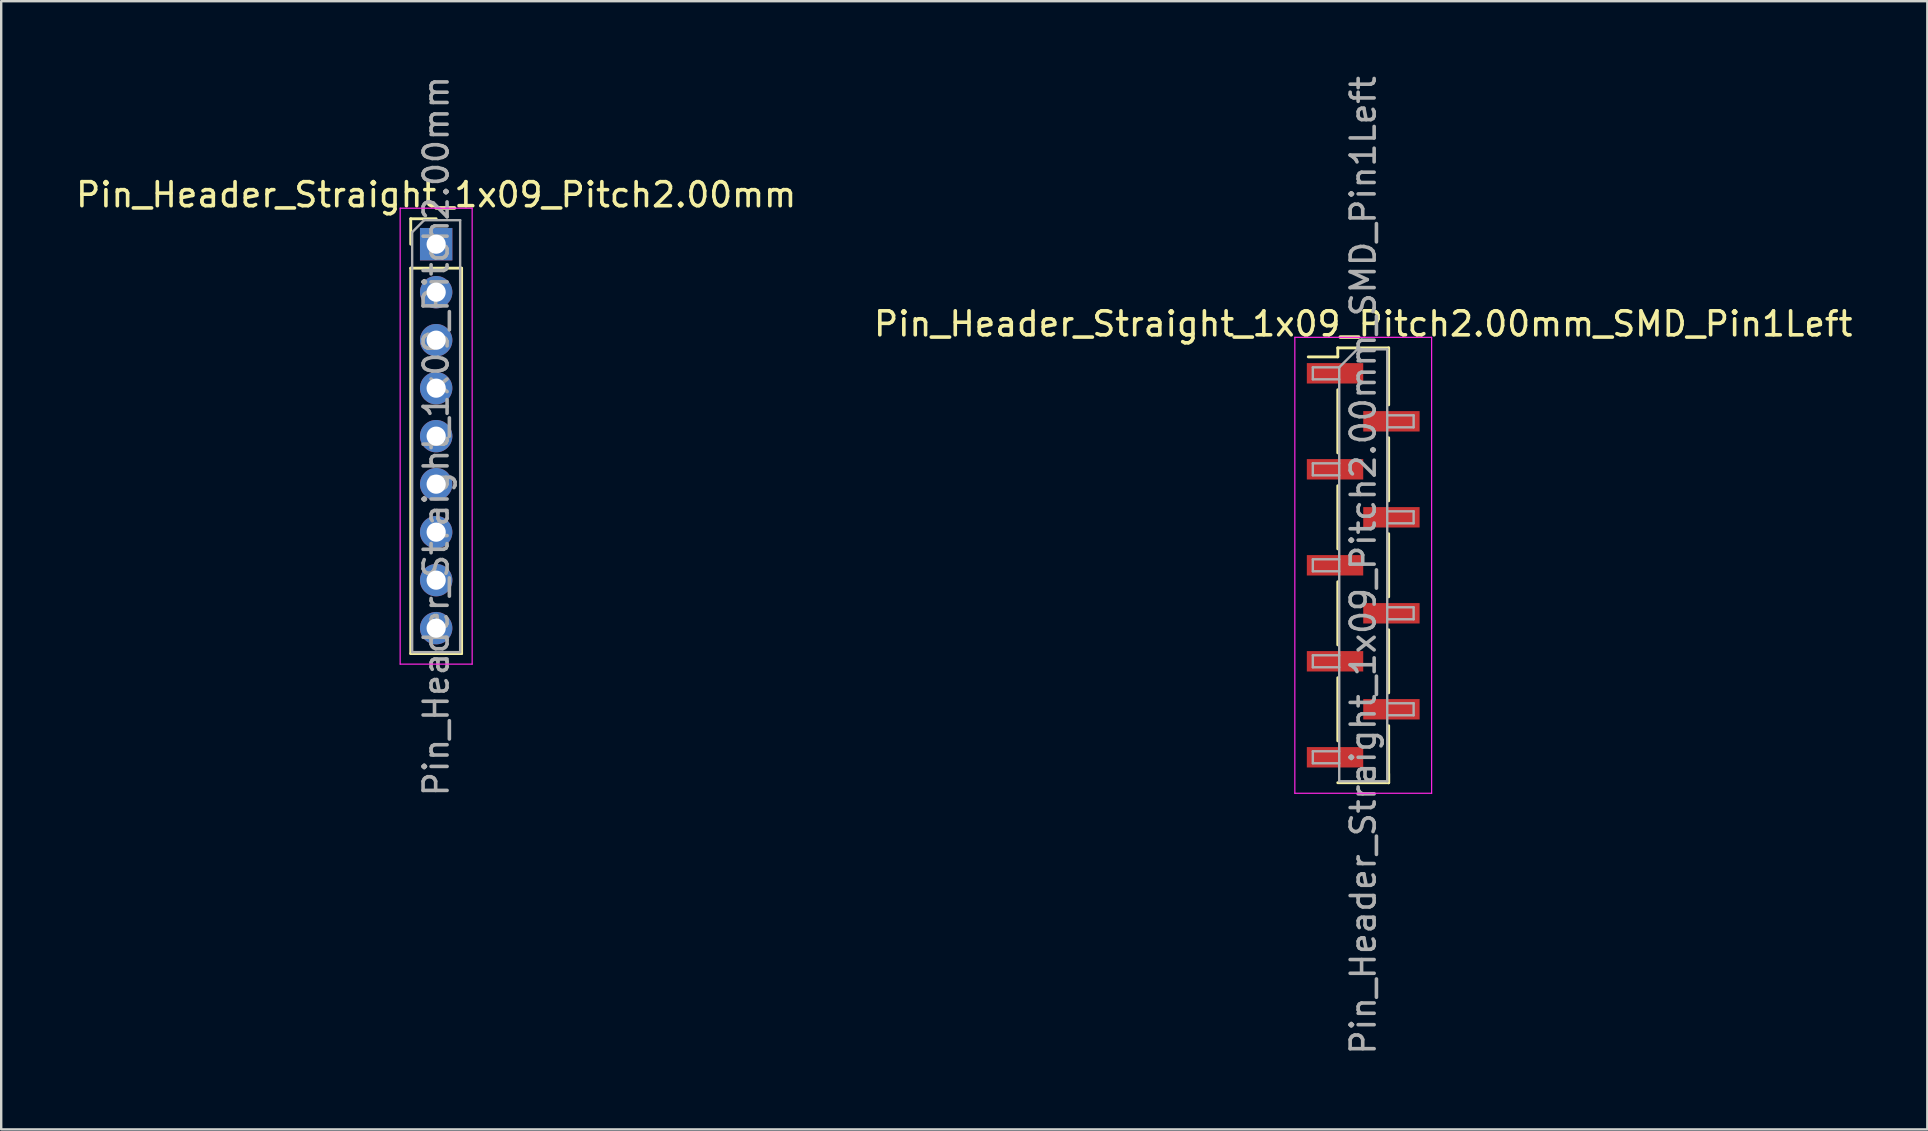
<source format=kicad_pcb>
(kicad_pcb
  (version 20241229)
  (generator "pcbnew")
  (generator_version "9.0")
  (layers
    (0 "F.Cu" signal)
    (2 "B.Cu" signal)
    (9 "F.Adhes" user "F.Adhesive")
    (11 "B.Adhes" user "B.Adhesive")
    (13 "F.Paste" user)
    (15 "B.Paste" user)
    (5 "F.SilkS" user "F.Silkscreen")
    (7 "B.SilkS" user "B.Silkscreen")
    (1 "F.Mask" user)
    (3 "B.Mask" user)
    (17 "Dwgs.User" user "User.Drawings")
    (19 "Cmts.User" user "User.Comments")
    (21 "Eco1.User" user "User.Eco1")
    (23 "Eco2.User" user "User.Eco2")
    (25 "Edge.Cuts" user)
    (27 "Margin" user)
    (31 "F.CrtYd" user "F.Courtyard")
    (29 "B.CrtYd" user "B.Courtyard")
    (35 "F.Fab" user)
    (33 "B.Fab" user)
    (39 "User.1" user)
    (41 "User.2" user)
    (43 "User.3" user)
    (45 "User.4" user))
  (footprint "Pin_Header_Straight_1x09_Pitch2.00mm_SMD_Pin1Left"
    (layer "F.Cu")
    (at 53.756 20.506)
    (property "Reference" "Pin_Header_Straight_1x09_Pitch2.00mm_SMD_Pin1Left" (at 0 -10.06 0) (layer "F.SilkS") (effects (font (size 1 1) (thickness 0.15))))
    (attr smd)
    (fp_line (start -1.06 -9.06) (end -1.06 -8.685) (stroke (width 0.12) (type solid)) (layer "F.SilkS"))
    (fp_line (start -1.06 -9.06) (end 1.06 -9.06) (stroke (width 0.12) (type solid)) (layer "F.SilkS"))
    (fp_line (start -1.06 -8.685) (end -2.29 -8.685) (stroke (width 0.12) (type solid)) (layer "F.SilkS"))
    (fp_line (start -1.06 -7.315) (end -1.06 -4.685) (stroke (width 0.12) (type solid)) (layer "F.SilkS"))
    (fp_line (start -1.06 -3.315) (end -1.06 -0.685) (stroke (width 0.12) (type solid)) (layer "F.SilkS"))
    (fp_line (start -1.06 0.685) (end -1.06 3.315) (stroke (width 0.12) (type solid)) (layer "F.SilkS"))
    (fp_line (start -1.06 4.685) (end -1.06 7.315) (stroke (width 0.12) (type solid)) (layer "F.SilkS"))
    (fp_line (start -1.06 9.06) (end 1.06 9.06) (stroke (width 0.12) (type solid)) (layer "F.SilkS"))
    (fp_line (start 1.06 -9.06) (end 1.06 -6.685) (stroke (width 0.12) (type solid)) (layer "F.SilkS"))
    (fp_line (start 1.06 -5.315) (end 1.06 -2.685) (stroke (width 0.12) (type solid)) (layer "F.SilkS"))
    (fp_line (start 1.06 -1.315) (end 1.06 1.315) (stroke (width 0.12) (type solid)) (layer "F.SilkS"))
    (fp_line (start 1.06 2.685) (end 1.06 5.315) (stroke (width 0.12) (type solid)) (layer "F.SilkS"))
    (fp_line (start 1.06 6.685) (end 1.06 9.06) (stroke (width 0.12) (type solid)) (layer "F.SilkS"))
    (fp_line (start 1.06 8.685) (end 1.06 9.06) (stroke (width 0.12) (type solid)) (layer "F.SilkS"))
    (fp_line (start -2.85 -9.5) (end -2.85 9.5) (stroke (width 0.05) (type solid)) (layer "F.CrtYd"))
    (fp_line (start -2.85 9.5) (end 2.85 9.5) (stroke (width 0.05) (type solid)) (layer "F.CrtYd"))
    (fp_line (start 2.85 -9.5) (end -2.85 -9.5) (stroke (width 0.05) (type solid)) (layer "F.CrtYd"))
    (fp_line (start 2.85 9.5) (end 2.85 -9.5) (stroke (width 0.05) (type solid)) (layer "F.CrtYd"))
    (fp_line (start -2.1 -8.25) (end -2.1 -7.75) (stroke (width 0.1) (type solid)) (layer "F.Fab"))
    (fp_line (start -2.1 -7.75) (end -1 -7.75) (stroke (width 0.1) (type solid)) (layer "F.Fab"))
    (fp_line (start -2.1 -4.25) (end -2.1 -3.75) (stroke (width 0.1) (type solid)) (layer "F.Fab"))
    (fp_line (start -2.1 -3.75) (end -1 -3.75) (stroke (width 0.1) (type solid)) (layer "F.Fab"))
    (fp_line (start -2.1 -0.25) (end -2.1 0.25) (stroke (width 0.1) (type solid)) (layer "F.Fab"))
    (fp_line (start -2.1 0.25) (end -1 0.25) (stroke (width 0.1) (type solid)) (layer "F.Fab"))
    (fp_line (start -2.1 3.75) (end -2.1 4.25) (stroke (width 0.1) (type solid)) (layer "F.Fab"))
    (fp_line (start -2.1 4.25) (end -1 4.25) (stroke (width 0.1) (type solid)) (layer "F.Fab"))
    (fp_line (start -2.1 7.75) (end -2.1 8.25) (stroke (width 0.1) (type solid)) (layer "F.Fab"))
    (fp_line (start -2.1 8.25) (end -1 8.25) (stroke (width 0.1) (type solid)) (layer "F.Fab"))
    (fp_line (start -1 -8.25) (end -2.1 -8.25) (stroke (width 0.1) (type solid)) (layer "F.Fab"))
    (fp_line (start -1 -8.25) (end -0.25 -9) (stroke (width 0.1) (type solid)) (layer "F.Fab"))
    (fp_line (start -1 -4.25) (end -2.1 -4.25) (stroke (width 0.1) (type solid)) (layer "F.Fab"))
    (fp_line (start -1 -0.25) (end -2.1 -0.25) (stroke (width 0.1) (type solid)) (layer "F.Fab"))
    (fp_line (start -1 3.75) (end -2.1 3.75) (stroke (width 0.1) (type solid)) (layer "F.Fab"))
    (fp_line (start -1 7.75) (end -2.1 7.75) (stroke (width 0.1) (type solid)) (layer "F.Fab"))
    (fp_line (start -1 9) (end -1 -8.25) (stroke (width 0.1) (type solid)) (layer "F.Fab"))
    (fp_line (start -0.25 -9) (end 1 -9) (stroke (width 0.1) (type solid)) (layer "F.Fab"))
    (fp_line (start 1 -9) (end 1 9) (stroke (width 0.1) (type solid)) (layer "F.Fab"))
    (fp_line (start 1 -6.25) (end 2.1 -6.25) (stroke (width 0.1) (type solid)) (layer "F.Fab"))
    (fp_line (start 1 -2.25) (end 2.1 -2.25) (stroke (width 0.1) (type solid)) (layer "F.Fab"))
    (fp_line (start 1 1.75) (end 2.1 1.75) (stroke (width 0.1) (type solid)) (layer "F.Fab"))
    (fp_line (start 1 5.75) (end 2.1 5.75) (stroke (width 0.1) (type solid)) (layer "F.Fab"))
    (fp_line (start 1 9) (end -1 9) (stroke (width 0.1) (type solid)) (layer "F.Fab"))
    (fp_line (start 2.1 -6.25) (end 2.1 -5.75) (stroke (width 0.1) (type solid)) (layer "F.Fab"))
    (fp_line (start 2.1 -5.75) (end 1 -5.75) (stroke (width 0.1) (type solid)) (layer "F.Fab"))
    (fp_line (start 2.1 -2.25) (end 2.1 -1.75) (stroke (width 0.1) (type solid)) (layer "F.Fab"))
    (fp_line (start 2.1 -1.75) (end 1 -1.75) (stroke (width 0.1) (type solid)) (layer "F.Fab"))
    (fp_line (start 2.1 1.75) (end 2.1 2.25) (stroke (width 0.1) (type solid)) (layer "F.Fab"))
    (fp_line (start 2.1 2.25) (end 1 2.25) (stroke (width 0.1) (type solid)) (layer "F.Fab"))
    (fp_line (start 2.1 5.75) (end 2.1 6.25) (stroke (width 0.1) (type solid)) (layer "F.Fab"))
    (fp_line (start 2.1 6.25) (end 1 6.25) (stroke (width 0.1) (type solid)) (layer "F.Fab"))
    (fp_text user "${REFERENCE}" (at 0 0 90) (layer "F.Fab") (effects (font (size 1 1) (thickness 0.15))))
    (pad "1" smd rect (at -1.175 -8) (size 2.35 0.85) (layers "F.Cu" "F.Mask" "F.Paste"))
    (pad "2" smd rect (at 1.175 -6) (size 2.35 0.85) (layers "F.Cu" "F.Mask" "F.Paste"))
    (pad "3" smd rect (at -1.175 -4) (size 2.35 0.85) (layers "F.Cu" "F.Mask" "F.Paste"))
    (pad "4" smd rect (at 1.175 -2) (size 2.35 0.85) (layers "F.Cu" "F.Mask" "F.Paste"))
    (pad "5" smd rect (at -1.175 0) (size 2.35 0.85) (layers "F.Cu" "F.Mask" "F.Paste"))
    (pad "6" smd rect (at 1.175 2) (size 2.35 0.85) (layers "F.Cu" "F.Mask" "F.Paste"))
    (pad "7" smd rect (at -1.175 4) (size 2.35 0.85) (layers "F.Cu" "F.Mask" "F.Paste"))
    (pad "8" smd rect (at 1.175 6) (size 2.35 0.85) (layers "F.Cu" "F.Mask" "F.Paste"))
    (pad "9" smd rect (at -1.175 8) (size 2.35 0.85) (layers "F.Cu" "F.Mask" "F.Paste")))
  (footprint "Pin_Header_Straight_1x09_Pitch2.00mm"
    (layer "F.Cu")
    (at 15.125 7.125)
    (property "Reference" "Pin_Header_Straight_1x09_Pitch2.00mm" (at 0 -2.06 0) (layer "F.SilkS") (effects (font (size 1 1) (thickness 0.15))))
    (attr through_hole)
    (fp_line (start -1.06 -1.06) (end 0 -1.06) (stroke (width 0.12) (type solid)) (layer "F.SilkS"))
    (fp_line (start -1.06 0) (end -1.06 -1.06) (stroke (width 0.12) (type solid)) (layer "F.SilkS"))
    (fp_line (start -1.06 1) (end -1.06 17.06) (stroke (width 0.12) (type solid)) (layer "F.SilkS"))
    (fp_line (start -1.06 1) (end 1.06 1) (stroke (width 0.12) (type solid)) (layer "F.SilkS"))
    (fp_line (start -1.06 17.06) (end 1.06 17.06) (stroke (width 0.12) (type solid)) (layer "F.SilkS"))
    (fp_line (start 1.06 1) (end 1.06 17.06) (stroke (width 0.12) (type solid)) (layer "F.SilkS"))
    (fp_line (start -1.5 -1.5) (end -1.5 17.5) (stroke (width 0.05) (type solid)) (layer "F.CrtYd"))
    (fp_line (start -1.5 17.5) (end 1.5 17.5) (stroke (width 0.05) (type solid)) (layer "F.CrtYd"))
    (fp_line (start 1.5 -1.5) (end -1.5 -1.5) (stroke (width 0.05) (type solid)) (layer "F.CrtYd"))
    (fp_line (start 1.5 17.5) (end 1.5 -1.5) (stroke (width 0.05) (type solid)) (layer "F.CrtYd"))
    (fp_line (start -1 -0.5) (end -0.5 -1) (stroke (width 0.1) (type solid)) (layer "F.Fab"))
    (fp_line (start -1 17) (end -1 -0.5) (stroke (width 0.1) (type solid)) (layer "F.Fab"))
    (fp_line (start -0.5 -1) (end 1 -1) (stroke (width 0.1) (type solid)) (layer "F.Fab"))
    (fp_line (start 1 -1) (end 1 17) (stroke (width 0.1) (type solid)) (layer "F.Fab"))
    (fp_line (start 1 17) (end -1 17) (stroke (width 0.1) (type solid)) (layer "F.Fab"))
    (fp_text user "${REFERENCE}" (at 0 8 90) (layer "F.Fab") (effects (font (size 1 1) (thickness 0.15))))
    (pad "1" thru_hole rect (at 0 0) (size 1.35 1.35) (drill 0.8) (layers "*.Cu" "*.Mask"))
    (pad "2" thru_hole oval (at 0 2) (size 1.35 1.35) (drill 0.8) (layers "*.Cu" "*.Mask"))
    (pad "3" thru_hole oval (at 0 4) (size 1.35 1.35) (drill 0.8) (layers "*.Cu" "*.Mask"))
    (pad "4" thru_hole oval (at 0 6) (size 1.35 1.35) (drill 0.8) (layers "*.Cu" "*.Mask"))
    (pad "5" thru_hole oval (at 0 8) (size 1.35 1.35) (drill 0.8) (layers "*.Cu" "*.Mask"))
    (pad "6" thru_hole oval (at 0 10) (size 1.35 1.35) (drill 0.8) (layers "*.Cu" "*.Mask"))
    (pad "7" thru_hole oval (at 0 12) (size 1.35 1.35) (drill 0.8) (layers "*.Cu" "*.Mask"))
    (pad "8" thru_hole oval (at 0 14) (size 1.35 1.35) (drill 0.8) (layers "*.Cu" "*.Mask"))
    (pad "9" thru_hole oval (at 0 16) (size 1.35 1.35) (drill 0.8) (layers "*.Cu" "*.Mask")))
  (gr_rect
    (start -3 -3)
    (end 77.262 44.012)
    (stroke (width 0.1) (type default))
    (fill no)
    (layer "Edge.Cuts")))
</source>
